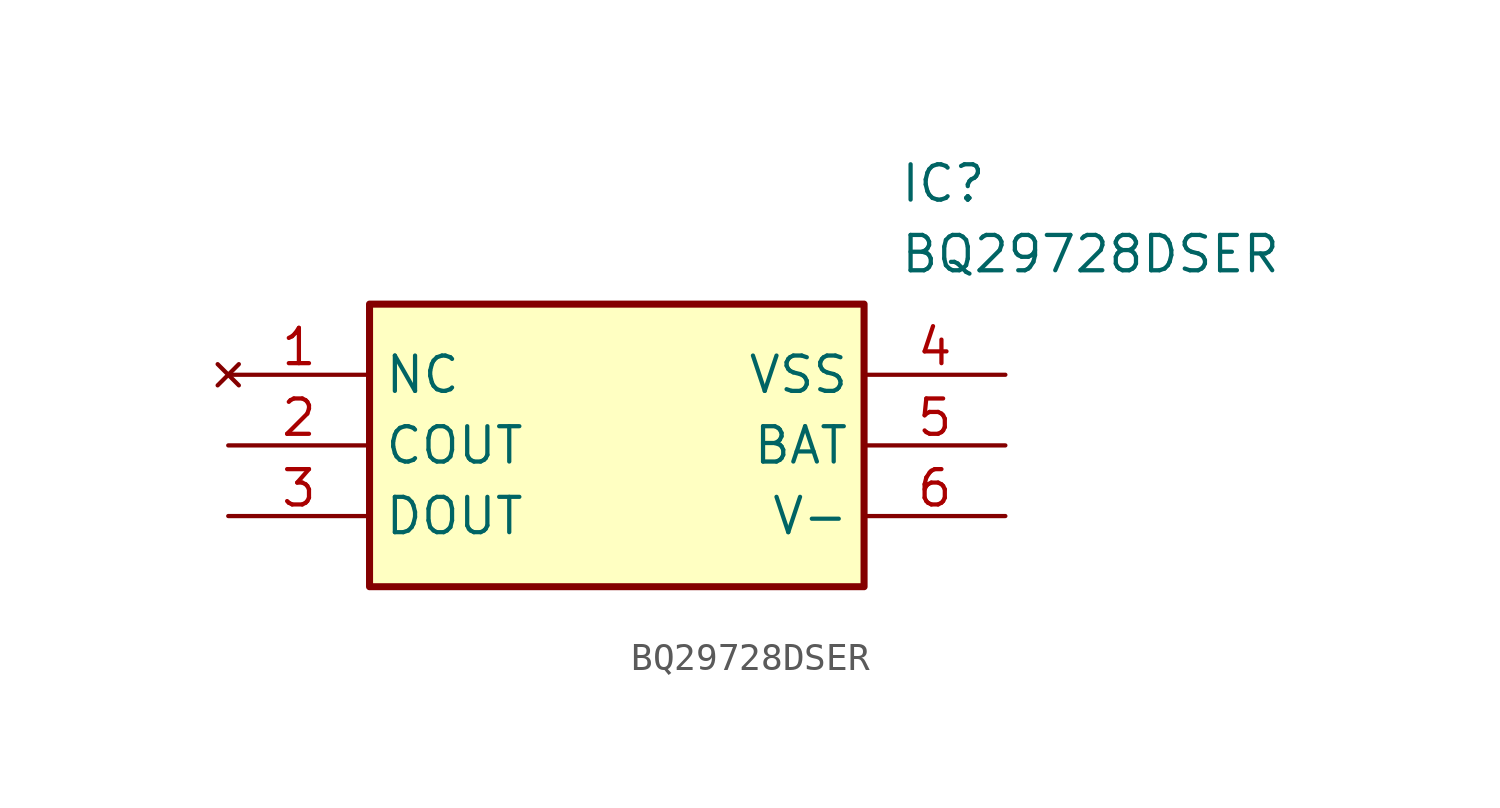
<source format=kicad_sym>
(kicad_symbol_lib
  (version 20211014)
  (generator SamacSys_ECAD_Model)
  (symbol "BQ29728DSER"
    (property "Reference" "IC"
      (at 24.13 7.62 0)
      (effects (font (size 1.27 1.27)) (justify left top)))
    (property "Value" "BQ29728DSER"
      (at 24.13 5.08 0)
      (effects (font (size 1.27 1.27)) (justify left top)))
    (rectangle
      (start 5.08 2.54)
      (end 22.86 -7.62)
      (stroke (width 0.254) (type default))
      (fill (type background)))
    (pin no_connect line
      (at 0 0 0)
      (length 5.08)
      (name "NC" (effects (font (size 1.27 1.27))))
      (number "1" (effects (font (size 1.27 1.27)))))
    (pin passive line
      (at 0 -2.54 0)
      (length 5.08)
      (name "COUT" (effects (font (size 1.27 1.27))))
      (number "2" (effects (font (size 1.27 1.27)))))
    (pin passive line
      (at 0 -5.08 0)
      (length 5.08)
      (name "DOUT" (effects (font (size 1.27 1.27))))
      (number "3" (effects (font (size 1.27 1.27)))))
    (pin passive line
      (at 27.94 0 180)
      (length 5.08)
      (name "VSS" (effects (font (size 1.27 1.27))))
      (number "4" (effects (font (size 1.27 1.27)))))
    (pin passive line
      (at 27.94 -2.54 180)
      (length 5.08)
      (name "BAT" (effects (font (size 1.27 1.27))))
      (number "5" (effects (font (size 1.27 1.27)))))
    (pin passive line
      (at 27.94 -5.08 180)
      (length 5.08)
      (name "V-" (effects (font (size 1.27 1.27))))
      (number "6" (effects (font (size 1.27 1.27)))))))
</source>
